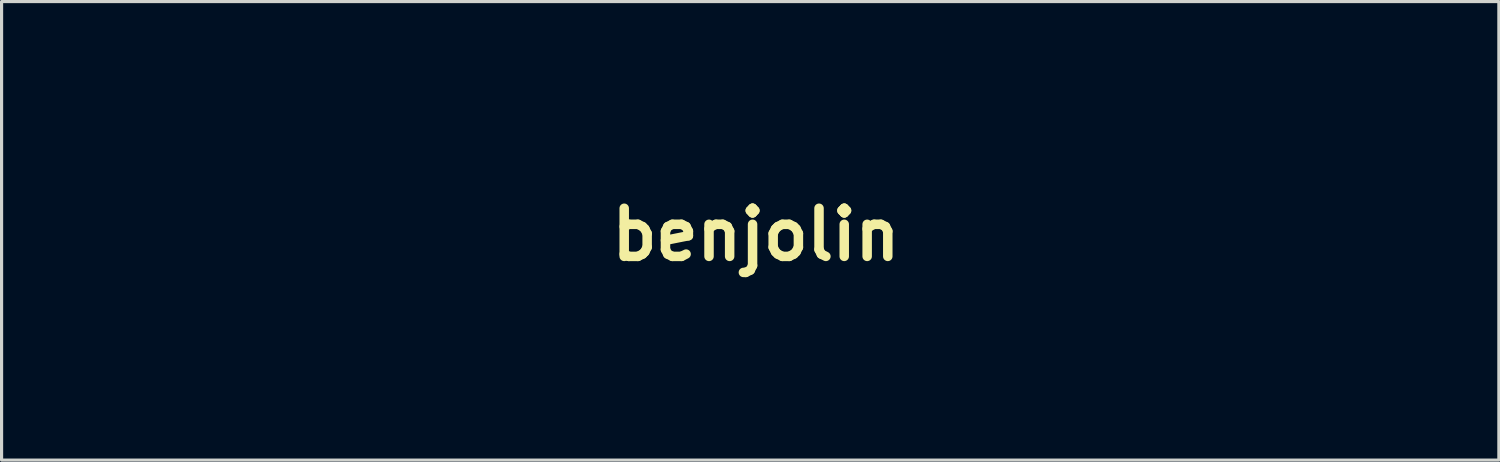
<source format=kicad_pcb>
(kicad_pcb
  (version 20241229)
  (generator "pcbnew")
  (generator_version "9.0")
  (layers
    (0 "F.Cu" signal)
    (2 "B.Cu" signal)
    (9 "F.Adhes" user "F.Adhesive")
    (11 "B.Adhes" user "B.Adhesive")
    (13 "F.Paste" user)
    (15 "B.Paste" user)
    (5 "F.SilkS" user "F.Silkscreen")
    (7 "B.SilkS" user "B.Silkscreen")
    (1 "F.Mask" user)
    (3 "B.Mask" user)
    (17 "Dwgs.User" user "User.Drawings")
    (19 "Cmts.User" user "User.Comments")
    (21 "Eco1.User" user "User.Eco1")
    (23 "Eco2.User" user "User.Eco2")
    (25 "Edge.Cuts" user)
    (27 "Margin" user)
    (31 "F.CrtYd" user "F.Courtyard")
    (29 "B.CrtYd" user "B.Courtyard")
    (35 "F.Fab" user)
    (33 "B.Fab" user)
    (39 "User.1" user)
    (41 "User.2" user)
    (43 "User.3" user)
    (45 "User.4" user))
  (footprint "benjolin"
    (layer "F.Cu")
    (at 20.889 4.379)
    (property "Reference" "benjolin" (at 0 0 0) (layer "F.SilkS") (effects (font (size 1.524 1.524) (thickness 0.3))))
    (attr through_hole)
    (fp_poly (pts (xy -5.423 2.001) (xy -5.421 2.023) (xy -5.424 2.028) (xy -5.431 2.024) (xy -5.432 2.01) (xy -5.428 1.995) (xy -5.423 2.001)) (stroke (width 0.01) (type solid)) (fill yes) (layer "F.Mask"))
    (fp_poly (pts (xy 19.584 1.464) (xy 19.68 1.471) (xy 19.761 1.485) (xy 19.833 1.506) (xy 19.904 1.536) (xy 19.942 1.555) (xy 20.059 1.633) (xy 20.168 1.737) (xy 20.267 1.865) (xy 20.354 2.015) (xy 20.42 2.164) (xy 20.477 2.34) (xy 20.509 2.514) (xy 20.517 2.683) (xy 20.501 2.844) (xy 20.459 2.994) (xy 20.454 3.01) (xy 20.402 3.112) (xy 20.329 3.216) (xy 20.238 3.316) (xy 20.137 3.407) (xy 20.028 3.484) (xy 20.02 3.489) (xy 19.87 3.564) (xy 19.707 3.619) (xy 19.538 3.655) (xy 19.37 3.668) (xy 19.212 3.659) (xy 19.07 3.625) (xy 18.93 3.567) (xy 18.798 3.485) (xy 18.675 3.384) (xy 18.567 3.265) (xy 18.475 3.132) (xy 18.42 3.025) (xy 18.365 2.869) (xy 18.329 2.704) (xy 18.314 2.534) (xy 18.321 2.368) (xy 18.343 2.24) (xy 18.394 2.081) (xy 18.468 1.938) (xy 18.565 1.813) (xy 18.683 1.704) (xy 18.823 1.614) (xy 18.985 1.541) (xy 19.114 1.5) (xy 19.175 1.485) (xy 19.228 1.474) (xy 19.282 1.467) (xy 19.344 1.464) (xy 19.422 1.462) (xy 19.466 1.462) (xy 19.584 1.464)) (stroke (width 0.01) (type solid)) (fill yes) (layer "F.Mask"))
    (fp_poly (pts (xy 20.173 -3.783) (xy 20.244 -3.78) (xy 20.312 -3.775) (xy 20.37 -3.77) (xy 20.414 -3.763) (xy 20.436 -3.757) (xy 20.438 -3.755) (xy 20.439 -3.738) (xy 20.438 -3.7) (xy 20.434 -3.646) (xy 20.431 -3.605) (xy 20.428 -3.554) (xy 20.422 -3.479) (xy 20.415 -3.387) (xy 20.408 -3.283) (xy 20.4 -3.171) (xy 20.392 -3.057) (xy 20.391 -3.048) (xy 20.372 -2.78) (xy 20.351 -2.497) (xy 20.328 -2.196) (xy 20.303 -1.877) (xy 20.276 -1.535) (xy 20.246 -1.168) (xy 20.235 -1.037) (xy 20.212 -0.75) (xy 20.191 -0.49) (xy 20.173 -0.256) (xy 20.157 -0.048) (xy 20.144 0.136) (xy 20.132 0.296) (xy 20.123 0.433) (xy 20.116 0.548) (xy 20.112 0.642) (xy 20.109 0.716) (xy 20.108 0.764) (xy 20.108 0.818) (xy 19.731 0.816) (xy 19.626 0.815) (xy 19.527 0.814) (xy 19.439 0.813) (xy 19.365 0.811) (xy 19.311 0.81) (xy 19.283 0.808) (xy 19.247 0.805) (xy 19.188 0.799) (xy 19.113 0.79) (xy 19.028 0.78) (xy 18.937 0.769) (xy 18.931 0.769) (xy 18.842 0.758) (xy 18.758 0.748) (xy 18.686 0.741) (xy 18.631 0.736) (xy 18.598 0.734) (xy 18.596 0.734) (xy 18.561 0.732) (xy 18.546 0.722) (xy 18.542 0.698) (xy 18.542 0.694) (xy 18.543 0.671) (xy 18.546 0.623) (xy 18.552 0.555) (xy 18.558 0.468) (xy 18.566 0.368) (xy 18.575 0.257) (xy 18.584 0.154) (xy 18.61 -0.166) (xy 18.636 -0.481) (xy 18.661 -0.791) (xy 18.685 -1.093) (xy 18.708 -1.384) (xy 18.729 -1.664) (xy 18.75 -1.93) (xy 18.768 -2.179) (xy 18.785 -2.411) (xy 18.799 -2.622) (xy 18.812 -2.812) (xy 18.823 -2.977) (xy 18.831 -3.117) (xy 18.831 -3.126) (xy 18.837 -3.235) (xy 18.843 -3.34) (xy 18.849 -3.435) (xy 18.854 -3.516) (xy 18.858 -3.579) (xy 18.861 -3.618) (xy 18.861 -3.621) (xy 18.868 -3.708) (xy 19.245 -3.715) (xy 19.382 -3.719) (xy 19.496 -3.723) (xy 19.593 -3.729) (xy 19.676 -3.736) (xy 19.752 -3.745) (xy 19.805 -3.753) (xy 19.887 -3.765) (xy 19.972 -3.775) (xy 20.049 -3.781) (xy 20.105 -3.784) (xy 20.173 -3.783)) (stroke (width 0.01) (type solid)) (fill yes) (layer "F.Mask"))
    (fp_poly (pts (xy 7.486 -3.662) (xy 7.479 -2.66) (xy 7.477 -2.238) (xy 7.475 -1.843) (xy 7.474 -1.474) (xy 7.473 -1.129) (xy 7.473 -0.808) (xy 7.473 -0.508) (xy 7.474 -0.23) (xy 7.476 0.029) (xy 7.478 0.27) (xy 7.481 0.494) (xy 7.485 0.688) (xy 7.497 1.369) (xy 7.671 1.369) (xy 7.754 1.367) (xy 7.858 1.362) (xy 7.979 1.355) (xy 8.111 1.345) (xy 8.249 1.334) (xy 8.389 1.322) (xy 8.526 1.308) (xy 8.655 1.294) (xy 8.77 1.28) (xy 8.867 1.267) (xy 8.941 1.255) (xy 8.944 1.254) (xy 8.987 1.247) (xy 9.018 1.245) (xy 9.027 1.247) (xy 9.034 1.264) (xy 9.043 1.3) (xy 9.047 1.321) (xy 9.061 1.366) (xy 9.085 1.422) (xy 9.116 1.48) (xy 9.121 1.488) (xy 9.174 1.576) (xy 9.217 1.658) (xy 9.255 1.742) (xy 9.29 1.833) (xy 9.324 1.939) (xy 9.36 2.065) (xy 9.362 2.072) (xy 9.394 2.19) (xy 9.42 2.293) (xy 9.439 2.379) (xy 9.451 2.444) (xy 9.456 2.487) (xy 9.453 2.505) (xy 9.453 2.506) (xy 9.434 2.512) (xy 9.391 2.522) (xy 9.329 2.535) (xy 9.252 2.551) (xy 9.164 2.568) (xy 9.071 2.585) (xy 8.976 2.603) (xy 8.883 2.62) (xy 8.797 2.634) (xy 8.722 2.646) (xy 8.685 2.652) (xy 8.578 2.666) (xy 8.446 2.682) (xy 8.294 2.699) (xy 8.126 2.716) (xy 7.946 2.734) (xy 7.758 2.751) (xy 7.566 2.768) (xy 7.375 2.783) (xy 7.187 2.798) (xy 7.008 2.811) (xy 6.936 2.815) (xy 6.821 2.823) (xy 6.697 2.833) (xy 6.573 2.843) (xy 6.458 2.853) (xy 6.361 2.863) (xy 6.344 2.865) (xy 6.263 2.874) (xy 6.193 2.882) (xy 6.137 2.888) (xy 6.101 2.892) (xy 6.089 2.893) (xy 6.086 2.88) (xy 6.08 2.844) (xy 6.072 2.791) (xy 6.063 2.726) (xy 6.063 2.72) (xy 6.036 2.512) (xy 6.011 2.313) (xy 5.988 2.121) (xy 5.967 1.933) (xy 5.948 1.748) (xy 5.931 1.564) (xy 5.916 1.379) (xy 5.903 1.192) (xy 5.892 1) (xy 5.882 0.803) (xy 5.874 0.597) (xy 5.867 0.382) (xy 5.862 0.155) (xy 5.857 -0.085) (xy 5.855 -0.341) (xy 5.853 -0.614) (xy 5.853 -0.905) (xy 5.853 -1.217) (xy 5.855 -1.551) (xy 5.858 -1.91) (xy 5.861 -2.295) (xy 5.862 -2.367) (xy 5.875 -3.669) (xy 7.486 -3.662)) (stroke (width 0.01) (type solid)) (fill yes) (layer "F.Mask"))
    (fp_poly (pts (xy 10.797 -3.848) (xy 10.801 -3.834) (xy 10.805 -3.814) (xy 10.809 -3.781) (xy 10.814 -3.735) (xy 10.821 -3.673) (xy 10.828 -3.596) (xy 10.837 -3.503) (xy 10.848 -3.393) (xy 10.859 -3.264) (xy 10.872 -3.118) (xy 10.887 -2.951) (xy 10.903 -2.765) (xy 10.921 -2.557) (xy 10.941 -2.328) (xy 10.962 -2.076) (xy 10.985 -1.801) (xy 11.011 -1.502) (xy 11.038 -1.177) (xy 11.067 -0.827) (xy 11.099 -0.45) (xy 11.133 -0.047) (xy 11.134 -0.028) (xy 11.159 0.266) (xy 11.181 0.534) (xy 11.202 0.778) (xy 11.221 0.999) (xy 11.238 1.202) (xy 11.254 1.386) (xy 11.269 1.554) (xy 11.283 1.709) (xy 11.297 1.853) (xy 11.309 1.986) (xy 11.321 2.112) (xy 11.333 2.233) (xy 11.345 2.351) (xy 11.357 2.467) (xy 11.36 2.49) (xy 11.368 2.572) (xy 11.374 2.644) (xy 11.377 2.701) (xy 11.378 2.739) (xy 11.377 2.753) (xy 11.359 2.757) (xy 11.32 2.764) (xy 11.265 2.771) (xy 11.211 2.778) (xy 11.14 2.786) (xy 11.05 2.798) (xy 10.953 2.811) (xy 10.858 2.826) (xy 10.83 2.83) (xy 10.668 2.855) (xy 10.529 2.877) (xy 10.41 2.894) (xy 10.306 2.908) (xy 10.214 2.919) (xy 10.13 2.928) (xy 10.054 2.934) (xy 9.981 2.941) (xy 9.914 2.947) (xy 9.86 2.952) (xy 9.827 2.955) (xy 9.825 2.955) (xy 9.792 2.957) (xy 9.774 2.952) (xy 9.774 2.952) (xy 9.771 2.939) (xy 9.767 2.905) (xy 9.761 2.851) (xy 9.753 2.775) (xy 9.744 2.678) (xy 9.733 2.558) (xy 9.72 2.415) (xy 9.706 2.249) (xy 9.689 2.059) (xy 9.671 1.845) (xy 9.65 1.606) (xy 9.628 1.342) (xy 9.603 1.052) (xy 9.577 0.736) (xy 9.548 0.393) (xy 9.517 0.023) (xy 9.484 -0.374) (xy 9.482 -0.395) (xy 9.463 -0.631) (xy 9.442 -0.871) (xy 9.422 -1.113) (xy 9.401 -1.353) (xy 9.381 -1.59) (xy 9.36 -1.82) (xy 9.341 -2.039) (xy 9.323 -2.246) (xy 9.306 -2.436) (xy 9.29 -2.608) (xy 9.276 -2.757) (xy 9.265 -2.882) (xy 9.264 -2.892) (xy 9.25 -3.039) (xy 9.237 -3.178) (xy 9.225 -3.305) (xy 9.215 -3.419) (xy 9.207 -3.517) (xy 9.201 -3.596) (xy 9.198 -3.655) (xy 9.196 -3.689) (xy 9.197 -3.698) (xy 9.213 -3.701) (xy 9.254 -3.706) (xy 9.318 -3.714) (xy 9.402 -3.723) (xy 9.504 -3.734) (xy 9.62 -3.746) (xy 9.75 -3.759) (xy 9.888 -3.773) (xy 9.955 -3.78) (xy 10.099 -3.794) (xy 10.236 -3.807) (xy 10.362 -3.82) (xy 10.475 -3.831) (xy 10.573 -3.841) (xy 10.652 -3.848) (xy 10.709 -3.854) (xy 10.743 -3.858) (xy 10.749 -3.859) (xy 10.782 -3.86) (xy 10.797 -3.848)) (stroke (width 0.01) (type solid)) (fill yes) (layer "F.Mask"))
    (fp_poly (pts (xy -1.983 -3.726) (xy -1.975 -3.686) (xy -1.964 -3.623) (xy -1.95 -3.541) (xy -1.933 -3.443) (xy -1.915 -3.331) (xy -1.895 -3.209) (xy -1.875 -3.08) (xy -1.854 -2.946) (xy -1.832 -2.81) (xy -1.812 -2.675) (xy -1.792 -2.544) (xy -1.773 -2.421) (xy -1.756 -2.307) (xy -1.742 -2.206) (xy -1.737 -2.173) (xy -1.679 -1.722) (xy -1.634 -1.294) (xy -1.6 -0.886) (xy -1.579 -0.496) (xy -1.57 -0.121) (xy -1.572 0.242) (xy -1.587 0.595) (xy -1.613 0.94) (xy -1.624 1.044) (xy -1.65 1.252) (xy -1.682 1.436) (xy -1.722 1.601) (xy -1.772 1.751) (xy -1.832 1.89) (xy -1.904 2.023) (xy -1.961 2.113) (xy -2.105 2.304) (xy -2.268 2.477) (xy -2.447 2.629) (xy -2.639 2.761) (xy -2.844 2.871) (xy -3.058 2.957) (xy -3.28 3.02) (xy -3.506 3.057) (xy -3.735 3.068) (xy -3.864 3.062) (xy -4.093 3.03) (xy -4.311 2.972) (xy -4.518 2.888) (xy -4.712 2.779) (xy -4.894 2.645) (xy -5.064 2.486) (xy -5.12 2.424) (xy -5.158 2.378) (xy -5.201 2.322) (xy -5.247 2.261) (xy -5.291 2.198) (xy -5.332 2.138) (xy -5.366 2.086) (xy -5.39 2.046) (xy -5.401 2.022) (xy -5.402 2.018) (xy -5.391 2.006) (xy -5.36 1.978) (xy -5.313 1.936) (xy -5.252 1.881) (xy -5.178 1.815) (xy -5.094 1.74) (xy -5.003 1.659) (xy -4.953 1.615) (xy -4.853 1.527) (xy -4.755 1.44) (xy -4.663 1.359) (xy -4.58 1.285) (xy -4.507 1.22) (xy -4.449 1.169) (xy -4.408 1.132) (xy -4.399 1.124) (xy -4.353 1.084) (xy -4.315 1.054) (xy -4.289 1.037) (xy -4.281 1.034) (xy -4.275 1.051) (xy -4.265 1.089) (xy -4.255 1.139) (xy -4.252 1.153) (xy -4.226 1.253) (xy -4.188 1.35) (xy -4.142 1.438) (xy -4.091 1.507) (xy -4.083 1.515) (xy -4.001 1.58) (xy -3.908 1.622) (xy -3.81 1.64) (xy -3.711 1.635) (xy -3.615 1.607) (xy -3.528 1.555) (xy -3.484 1.515) (xy -3.425 1.443) (xy -3.373 1.359) (xy -3.328 1.26) (xy -3.29 1.145) (xy -3.257 1.011) (xy -3.229 0.857) (xy -3.206 0.68) (xy -3.188 0.479) (xy -3.176 0.303) (xy -3.171 0.161) (xy -3.171 -0.006) (xy -3.176 -0.194) (xy -3.185 -0.4) (xy -3.199 -0.621) (xy -3.216 -0.854) (xy -3.238 -1.095) (xy -3.263 -1.342) (xy -3.292 -1.59) (xy -3.323 -1.838) (xy -3.358 -2.081) (xy -3.359 -2.088) (xy -3.371 -2.168) (xy -3.386 -2.271) (xy -3.405 -2.39) (xy -3.425 -2.521) (xy -3.447 -2.657) (xy -3.468 -2.795) (xy -3.485 -2.902) (xy -3.508 -3.05) (xy -3.527 -3.172) (xy -3.542 -3.272) (xy -3.554 -3.349) (xy -3.562 -3.409) (xy -3.567 -3.451) (xy -3.569 -3.479) (xy -3.569 -3.494) (xy -3.567 -3.5) (xy -3.567 -3.5) (xy -3.532 -3.507) (xy -3.474 -3.517) (xy -3.397 -3.529) (xy -3.304 -3.544) (xy -3.198 -3.561) (xy -3.081 -3.579) (xy -2.958 -3.599) (xy -2.83 -3.618) (xy -2.701 -3.638) (xy -2.574 -3.658) (xy -2.451 -3.676) (xy -2.337 -3.693) (xy -2.234 -3.708) (xy -2.145 -3.721) (xy -2.073 -3.731) (xy -2.021 -3.738) (xy -1.992 -3.742) (xy -1.987 -3.742) (xy -1.983 -3.726)) (stroke (width 0.01) (type solid)) (fill yes) (layer "F.Mask"))
    (fp_poly (pts (xy 2.347 -3.392) (xy 2.489 -3.385) (xy 2.614 -3.375) (xy 2.665 -3.368) (xy 2.934 -3.317) (xy 3.191 -3.245) (xy 3.443 -3.151) (xy 3.605 -3.077) (xy 3.856 -2.942) (xy 4.089 -2.785) (xy 4.304 -2.608) (xy 4.499 -2.412) (xy 4.673 -2.198) (xy 4.825 -1.968) (xy 4.931 -1.771) (xy 5.026 -1.557) (xy 5.1 -1.348) (xy 5.153 -1.137) (xy 5.189 -0.919) (xy 5.207 -0.688) (xy 5.21 -0.522) (xy 5.209 -0.394) (xy 5.203 -0.275) (xy 5.194 -0.159) (xy 5.179 -0.037) (xy 5.158 0.098) (xy 5.131 0.252) (xy 5.13 0.261) (xy 5.12 0.313) (xy 5.108 0.385) (xy 5.093 0.471) (xy 5.077 0.563) (xy 5.066 0.632) (xy 5.01 0.912) (xy 4.939 1.17) (xy 4.852 1.409) (xy 4.747 1.631) (xy 4.623 1.839) (xy 4.48 2.035) (xy 4.315 2.223) (xy 4.307 2.231) (xy 4.105 2.423) (xy 3.89 2.591) (xy 3.66 2.737) (xy 3.416 2.86) (xy 3.154 2.963) (xy 2.875 3.045) (xy 2.576 3.106) (xy 2.54 3.112) (xy 2.461 3.122) (xy 2.361 3.129) (xy 2.244 3.135) (xy 2.117 3.14) (xy 1.985 3.142) (xy 1.856 3.142) (xy 1.735 3.139) (xy 1.627 3.135) (xy 1.539 3.128) (xy 1.519 3.126) (xy 1.255 3.082) (xy 1.006 3.019) (xy 0.765 2.933) (xy 0.536 2.829) (xy 0.286 2.689) (xy 0.057 2.53) (xy -0.151 2.353) (xy -0.337 2.156) (xy -0.503 1.941) (xy -0.648 1.708) (xy -0.699 1.61) (xy -0.797 1.394) (xy -0.875 1.177) (xy -0.933 0.955) (xy -0.972 0.726) (xy -0.991 0.487) (xy -0.991 0.271) (xy 0.631 0.271) (xy 0.637 0.392) (xy 0.65 0.501) (xy 0.662 0.557) (xy 0.722 0.742) (xy 0.806 0.912) (xy 0.911 1.067) (xy 1.036 1.205) (xy 1.178 1.324) (xy 1.337 1.422) (xy 1.509 1.499) (xy 1.693 1.552) (xy 1.883 1.579) (xy 1.944 1.584) (xy 1.999 1.586) (xy 2.037 1.586) (xy 2.046 1.586) (xy 2.077 1.583) (xy 2.127 1.579) (xy 2.184 1.575) (xy 2.187 1.575) (xy 2.342 1.553) (xy 2.503 1.51) (xy 2.662 1.45) (xy 2.811 1.375) (xy 2.884 1.329) (xy 3.047 1.202) (xy 3.188 1.056) (xy 3.309 0.891) (xy 3.408 0.709) (xy 3.485 0.509) (xy 3.519 0.388) (xy 3.547 0.274) (xy 3.567 0.18) (xy 3.582 0.097) (xy 3.593 0.019) (xy 3.599 -0.063) (xy 3.602 -0.154) (xy 3.604 -0.263) (xy 3.604 -0.318) (xy 3.604 -0.423) (xy 3.603 -0.505) (xy 3.6 -0.569) (xy 3.597 -0.619) (xy 3.591 -0.661) (xy 3.583 -0.699) (xy 3.574 -0.736) (xy 3.506 -0.933) (xy 3.416 -1.112) (xy 3.305 -1.274) (xy 3.173 -1.419) (xy 3.017 -1.551) (xy 2.853 -1.656) (xy 2.678 -1.736) (xy 2.49 -1.792) (xy 2.3 -1.822) (xy 2.104 -1.829) (xy 1.914 -1.81) (xy 1.726 -1.763) (xy 1.538 -1.689) (xy 1.503 -1.672) (xy 1.337 -1.576) (xy 1.194 -1.463) (xy 1.073 -1.333) (xy 1.062 -1.319) (xy 1.009 -1.242) (xy 0.953 -1.146) (xy 0.9 -1.042) (xy 0.853 -0.939) (xy 0.819 -0.847) (xy 0.799 -0.776) (xy 0.776 -0.688) (xy 0.752 -0.589) (xy 0.73 -0.488) (xy 0.711 -0.393) (xy 0.697 -0.313) (xy 0.692 -0.279) (xy 0.681 -0.209) (xy 0.668 -0.131) (xy 0.656 -0.071) (xy 0.64 0.031) (xy 0.632 0.148) (xy 0.631 0.271) (xy -0.991 0.271) (xy -0.991 0.235) (xy -0.973 -0.032) (xy -0.937 -0.319) (xy -0.93 -0.367) (xy -0.872 -0.693) (xy -0.806 -0.993) (xy -0.732 -1.269) (xy -0.649 -1.522) (xy -0.556 -1.754) (xy -0.452 -1.966) (xy -0.337 -2.16) (xy -0.21 -2.338) (xy -0.07 -2.5) (xy 0.083 -2.649) (xy 0.16 -2.715) (xy 0.378 -2.878) (xy 0.606 -3.018) (xy 0.845 -3.136) (xy 1.1 -3.232) (xy 1.371 -3.308) (xy 1.644 -3.362) (xy 1.759 -3.376) (xy 1.894 -3.386) (xy 2.042 -3.392) (xy 2.196 -3.394) (xy 2.347 -3.392)) (stroke (width 0.01) (type solid)) (fill yes) (layer "F.Mask"))
    (fp_poly (pts (xy -10.003 -3.047) (xy -9.96 -2.994) (xy -9.904 -2.923) (xy -9.838 -2.836) (xy -9.764 -2.738) (xy -9.686 -2.633) (xy -9.607 -2.525) (xy -9.529 -2.418) (xy -9.456 -2.316) (xy -9.42 -2.265) (xy -9.334 -2.143) (xy -9.234 -2.005) (xy -9.123 -1.854) (xy -9.007 -1.696) (xy -8.887 -1.536) (xy -8.768 -1.379) (xy -8.654 -1.229) (xy -8.549 -1.093) (xy -8.515 -1.05) (xy -8.457 -0.976) (xy -8.387 -0.888) (xy -8.309 -0.788) (xy -8.223 -0.679) (xy -8.131 -0.563) (xy -8.034 -0.44) (xy -7.934 -0.315) (xy -7.834 -0.188) (xy -7.733 -0.061) (xy -7.634 0.063) (xy -7.539 0.183) (xy -7.449 0.297) (xy -7.365 0.402) (xy -7.289 0.497) (xy -7.224 0.58) (xy -7.169 0.648) (xy -7.127 0.7) (xy -7.1 0.734) (xy -7.088 0.748) (xy -7.086 0.748) (xy -7.083 0.742) (xy -7.081 0.727) (xy -7.079 0.703) (xy -7.077 0.668) (xy -7.076 0.621) (xy -7.075 0.561) (xy -7.074 0.485) (xy -7.073 0.394) (xy -7.073 0.286) (xy -7.073 0.158) (xy -7.073 0.011) (xy -7.074 -0.158) (xy -7.075 -0.35) (xy -7.076 -0.565) (xy -7.077 -0.806) (xy -7.078 -1.074) (xy -7.078 -1.116) (xy -7.088 -3.001) (xy -7.033 -3.01) (xy -7.009 -3.012) (xy -6.959 -3.014) (xy -6.886 -3.015) (xy -6.794 -3.017) (xy -6.686 -3.018) (xy -6.563 -3.019) (xy -6.429 -3.019) (xy -6.287 -3.02) (xy -6.229 -3.02) (xy -5.48 -3.02) (xy -5.47 -1.769) (xy -5.469 -1.544) (xy -5.467 -1.299) (xy -5.466 -1.038) (xy -5.464 -0.768) (xy -5.463 -0.495) (xy -5.462 -0.223) (xy -5.461 0.041) (xy -5.46 0.292) (xy -5.46 0.525) (xy -5.459 0.676) (xy -5.459 0.866) (xy -5.459 1.053) (xy -5.458 1.236) (xy -5.457 1.411) (xy -5.456 1.576) (xy -5.455 1.727) (xy -5.453 1.863) (xy -5.452 1.98) (xy -5.451 2.075) (xy -5.449 2.146) (xy -5.449 2.166) (xy -5.446 2.271) (xy -5.444 2.394) (xy -5.443 2.528) (xy -5.443 2.662) (xy -5.443 2.787) (xy -5.444 2.824) (xy -5.447 3.185) (xy -6.248 3.193) (xy -7.048 3.202) (xy -7.088 3.157) (xy -7.103 3.139) (xy -7.133 3.101) (xy -7.179 3.044) (xy -7.238 2.97) (xy -7.309 2.881) (xy -7.391 2.778) (xy -7.482 2.663) (xy -7.581 2.537) (xy -7.687 2.403) (xy -7.799 2.263) (xy -7.885 2.154) (xy -8.094 1.89) (xy -8.286 1.647) (xy -8.462 1.424) (xy -8.624 1.221) (xy -8.771 1.035) (xy -8.904 0.867) (xy -9.025 0.715) (xy -9.134 0.578) (xy -9.232 0.456) (xy -9.319 0.346) (xy -9.398 0.249) (xy -9.467 0.163) (xy -9.529 0.087) (xy -9.584 0.02) (xy -9.632 -0.038) (xy -9.675 -0.089) (xy -9.714 -0.134) (xy -9.748 -0.174) (xy -9.78 -0.21) (xy -9.809 -0.242) (xy -9.838 -0.272) (xy -9.865 -0.301) (xy -9.893 -0.329) (xy -9.9 -0.336) (xy -10.042 -0.482) (xy -10.041 0.327) (xy -10.041 0.459) (xy -10.041 0.616) (xy -10.041 0.795) (xy -10.041 0.991) (xy -10.042 1.203) (xy -10.042 1.425) (xy -10.042 1.655) (xy -10.043 1.889) (xy -10.043 2.124) (xy -10.044 2.357) (xy -10.045 2.583) (xy -10.045 2.635) (xy -10.05 4.135) (xy -10.489 4.132) (xy -10.623 4.131) (xy -10.77 4.128) (xy -10.922 4.125) (xy -11.07 4.12) (xy -11.205 4.115) (xy -11.303 4.11) (xy -11.403 4.104) (xy -11.492 4.099) (xy -11.569 4.094) (xy -11.628 4.09) (xy -11.667 4.087) (xy -11.681 4.086) (xy -11.681 4.072) (xy -11.681 4.032) (xy -11.68 3.968) (xy -11.679 3.885) (xy -11.678 3.783) (xy -11.676 3.665) (xy -11.673 3.535) (xy -11.671 3.394) (xy -11.669 3.287) (xy -11.667 3.179) (xy -11.665 3.044) (xy -11.664 2.886) (xy -11.663 2.706) (xy -11.662 2.506) (xy -11.661 2.288) (xy -11.66 2.054) (xy -11.66 1.806) (xy -11.66 1.546) (xy -11.66 1.277) (xy -11.66 1.001) (xy -11.66 0.718) (xy -11.661 0.433) (xy -11.661 0.145) (xy -11.662 -0.141) (xy -11.663 -0.425) (xy -11.664 -0.704) (xy -11.666 -0.976) (xy -11.667 -1.239) (xy -11.669 -1.492) (xy -11.67 -1.731) (xy -11.672 -1.955) (xy -11.674 -2.162) (xy -11.676 -2.35) (xy -11.678 -2.506) (xy -11.687 -3.086) (xy -11.548 -3.095) (xy -11.505 -3.097) (xy -11.438 -3.1) (xy -11.349 -3.102) (xy -11.243 -3.105) (xy -11.122 -3.107) (xy -10.992 -3.11) (xy -10.854 -3.112) (xy -10.738 -3.114) (xy -10.067 -3.123) (xy -10.003 -3.047)) (stroke (width 0.01) (type solid)) (fill yes) (layer "F.Mask"))
    (fp_poly (pts (xy -12.238 -3.338) (xy -12.233 -3.328) (xy -12.226 -3.303) (xy -12.219 -3.263) (xy -12.209 -3.204) (xy -12.198 -3.125) (xy -12.183 -3.023) (xy -12.166 -2.895) (xy -12.164 -2.879) (xy -12.148 -2.764) (xy -12.13 -2.638) (xy -12.11 -2.51) (xy -12.09 -2.391) (xy -12.073 -2.289) (xy -12.071 -2.283) (xy -12.057 -2.199) (xy -12.044 -2.126) (xy -12.035 -2.066) (xy -12.029 -2.025) (xy -12.029 -2.008) (xy -12.029 -2.007) (xy -12.044 -2.002) (xy -12.084 -1.994) (xy -12.144 -1.981) (xy -12.221 -1.966) (xy -12.31 -1.949) (xy -12.409 -1.931) (xy -12.513 -1.911) (xy -12.618 -1.892) (xy -12.722 -1.874) (xy -12.819 -1.856) (xy -12.907 -1.841) (xy -12.982 -1.829) (xy -13.035 -1.821) (xy -13.1 -1.812) (xy -13.17 -1.803) (xy -13.247 -1.794) (xy -13.336 -1.785) (xy -13.441 -1.774) (xy -13.563 -1.763) (xy -13.708 -1.75) (xy -13.811 -1.741) (xy -13.898 -1.734) (xy -13.906 -1.668) (xy -13.933 -1.476) (xy -13.963 -1.298) (xy -13.996 -1.138) (xy -14.032 -0.999) (xy -14.07 -0.885) (xy -14.077 -0.865) (xy -14.095 -0.819) (xy -14.105 -0.784) (xy -14.107 -0.767) (xy -14.107 -0.767) (xy -14.09 -0.766) (xy -14.053 -0.769) (xy -14.003 -0.776) (xy -13.989 -0.778) (xy -13.925 -0.785) (xy -13.839 -0.79) (xy -13.738 -0.794) (xy -13.627 -0.795) (xy -13.514 -0.794) (xy -13.404 -0.792) (xy -13.304 -0.787) (xy -13.22 -0.78) (xy -13.201 -0.778) (xy -13.118 -0.768) (xy -13.025 -0.756) (xy -12.927 -0.743) (xy -12.827 -0.73) (xy -12.732 -0.717) (xy -12.645 -0.706) (xy -12.571 -0.696) (xy -12.515 -0.688) (xy -12.481 -0.683) (xy -12.478 -0.682) (xy -12.465 -0.681) (xy -12.455 -0.681) (xy -12.447 -0.678) (xy -12.442 -0.671) (xy -12.44 -0.657) (xy -12.44 -0.634) (xy -12.444 -0.598) (xy -12.451 -0.547) (xy -12.462 -0.478) (xy -12.476 -0.39) (xy -12.495 -0.279) (xy -12.517 -0.143) (xy -12.518 -0.141) (xy -12.536 -0.025) (xy -12.555 0.092) (xy -12.573 0.205) (xy -12.588 0.307) (xy -12.601 0.393) (xy -12.61 0.457) (xy -12.61 0.459) (xy -12.62 0.528) (xy -12.629 0.587) (xy -12.638 0.631) (xy -12.644 0.653) (xy -12.645 0.654) (xy -12.661 0.656) (xy -12.701 0.653) (xy -12.762 0.646) (xy -12.837 0.636) (xy -12.925 0.623) (xy -12.97 0.616) (xy -13.073 0.6) (xy -13.177 0.585) (xy -13.276 0.571) (xy -13.363 0.56) (xy -13.43 0.552) (xy -13.441 0.551) (xy -13.498 0.547) (xy -13.571 0.543) (xy -13.654 0.54) (xy -13.743 0.537) (xy -13.835 0.536) (xy -13.923 0.535) (xy -14.004 0.534) (xy -14.073 0.535) (xy -14.125 0.537) (xy -14.156 0.539) (xy -14.163 0.541) (xy -14.163 0.558) (xy -14.153 0.592) (xy -14.141 0.624) (xy -14.129 0.657) (xy -14.112 0.713) (xy -14.091 0.788) (xy -14.067 0.878) (xy -14.041 0.978) (xy -14.014 1.084) (xy -14.01 1.103) (xy -13.984 1.205) (xy -13.961 1.3) (xy -13.94 1.381) (xy -13.922 1.447) (xy -13.909 1.494) (xy -13.902 1.518) (xy -13.901 1.52) (xy -13.885 1.522) (xy -13.843 1.52) (xy -13.779 1.514) (xy -13.695 1.504) (xy -13.593 1.49) (xy -13.575 1.488) (xy -13.422 1.466) (xy -13.265 1.444) (xy -13.106 1.423) (xy -12.949 1.402) (xy -12.794 1.383) (xy -12.646 1.364) (xy -12.506 1.347) (xy -12.376 1.332) (xy -12.261 1.319) (xy -12.16 1.308) (xy -12.079 1.3) (xy -12.018 1.295) (xy -11.98 1.293) (xy -11.968 1.295) (xy -11.964 1.312) (xy -11.957 1.354) (xy -11.948 1.417) (xy -11.937 1.497) (xy -11.924 1.592) (xy -11.91 1.698) (xy -11.895 1.811) (xy -11.88 1.929) (xy -11.865 2.048) (xy -11.851 2.164) (xy -11.838 2.275) (xy -11.826 2.376) (xy -11.815 2.465) (xy -11.807 2.539) (xy -11.802 2.593) (xy -11.8 2.625) (xy -11.8 2.633) (xy -11.816 2.636) (xy -11.856 2.643) (xy -11.918 2.652) (xy -11.999 2.664) (xy -12.096 2.677) (xy -12.205 2.691) (xy -12.324 2.707) (xy -12.35 2.71) (xy -12.626 2.746) (xy -12.877 2.779) (xy -13.105 2.81) (xy -13.312 2.839) (xy -13.5 2.867) (xy -13.671 2.894) (xy -13.83 2.92) (xy -13.921 2.935) (xy -13.997 2.948) (xy -14.089 2.964) (xy -14.195 2.981) (xy -14.31 2.999) (xy -14.431 3.018) (xy -14.555 3.037) (xy -14.678 3.055) (xy -14.797 3.073) (xy -14.908 3.09) (xy -15.008 3.104) (xy -15.093 3.116) (xy -15.161 3.125) (xy -15.207 3.131) (xy -15.228 3.133) (xy -15.25 3.127) (xy -15.254 3.119) (xy -15.257 3.093) (xy -15.265 3.043) (xy -15.277 2.973) (xy -15.292 2.886) (xy -15.311 2.786) (xy -15.332 2.677) (xy -15.354 2.562) (xy -15.377 2.446) (xy -15.401 2.331) (xy -15.409 2.293) (xy -15.461 2.038) (xy -15.507 1.808) (xy -15.547 1.598) (xy -15.582 1.407) (xy -15.611 1.232) (xy -15.635 1.068) (xy -15.655 0.914) (xy -15.67 0.767) (xy -15.683 0.622) (xy -15.692 0.478) (xy -15.698 0.331) (xy -15.701 0.247) (xy -15.703 -0.007) (xy -15.695 -0.256) (xy -15.677 -0.504) (xy -15.648 -0.757) (xy -15.607 -1.02) (xy -15.554 -1.298) (xy -15.5 -1.545) (xy -15.472 -1.679) (xy -15.45 -1.797) (xy -15.436 -1.906) (xy -15.428 -2.014) (xy -15.426 -2.127) (xy -15.429 -2.253) (xy -15.438 -2.396) (xy -15.442 -2.448) (xy -15.45 -2.551) (xy -15.458 -2.659) (xy -15.465 -2.764) (xy -15.47 -2.857) (xy -15.473 -2.917) (xy -15.482 -3.104) (xy -15.019 -3.105) (xy -14.747 -3.106) (xy -14.499 -3.109) (xy -14.272 -3.114) (xy -14.061 -3.121) (xy -13.862 -3.131) (xy -13.672 -3.144) (xy -13.487 -3.16) (xy -13.302 -3.18) (xy -13.115 -3.204) (xy -12.92 -3.232) (xy -12.714 -3.265) (xy -12.532 -3.296) (xy -12.446 -3.31) (xy -12.369 -3.322) (xy -12.306 -3.332) (xy -12.262 -3.337) (xy -12.239 -3.339) (xy -12.238 -3.338)) (stroke (width 0.01) (type solid)) (fill yes) (layer "F.Mask"))
    (fp_poly (pts (xy 16.83 -4.374) (xy 16.942 -4.372) (xy 17.062 -4.369) (xy 17.185 -4.365) (xy 17.309 -4.361) (xy 17.429 -4.356) (xy 17.543 -4.351) (xy 17.648 -4.345) (xy 17.739 -4.339) (xy 17.814 -4.333) (xy 17.87 -4.328) (xy 17.902 -4.323) (xy 17.909 -4.32) (xy 17.911 -4.303) (xy 17.912 -4.26) (xy 17.911 -4.193) (xy 17.909 -4.103) (xy 17.907 -3.993) (xy 17.903 -3.863) (xy 17.898 -3.717) (xy 17.892 -3.556) (xy 17.885 -3.381) (xy 17.879 -3.246) (xy 17.875 -3.135) (xy 17.87 -3.004) (xy 17.864 -2.862) (xy 17.859 -2.716) (xy 17.854 -2.575) (xy 17.85 -2.469) (xy 17.846 -2.333) (xy 17.84 -2.181) (xy 17.835 -2.021) (xy 17.829 -1.864) (xy 17.824 -1.719) (xy 17.821 -1.63) (xy 17.819 -1.564) (xy 17.817 -1.472) (xy 17.815 -1.357) (xy 17.813 -1.219) (xy 17.811 -1.062) (xy 17.809 -0.888) (xy 17.807 -0.699) (xy 17.805 -0.496) (xy 17.804 -0.283) (xy 17.802 -0.06) (xy 17.801 0.168) (xy 17.799 0.401) (xy 17.798 0.636) (xy 17.791 2.493) (xy 17.281 2.51) (xy 17.116 2.515) (xy 16.975 2.52) (xy 16.857 2.524) (xy 16.758 2.526) (xy 16.674 2.529) (xy 16.603 2.53) (xy 16.542 2.531) (xy 16.488 2.531) (xy 16.437 2.531) (xy 16.387 2.53) (xy 16.338 2.529) (xy 16.173 2.526) (xy 15.964 2.242) (xy 15.812 2.036) (xy 15.674 1.85) (xy 15.548 1.682) (xy 15.432 1.53) (xy 15.325 1.39) (xy 15.223 1.26) (xy 15.125 1.139) (xy 15.029 1.022) (xy 14.933 0.908) (xy 14.834 0.795) (xy 14.731 0.679) (xy 14.621 0.558) (xy 14.503 0.429) (xy 14.374 0.29) (xy 14.287 0.198) (xy 14.201 0.107) (xy 14.108 0.01) (xy 14.008 -0.092) (xy 13.904 -0.198) (xy 13.798 -0.305) (xy 13.691 -0.412) (xy 13.585 -0.516) (xy 13.483 -0.617) (xy 13.386 -0.711) (xy 13.296 -0.798) (xy 13.214 -0.876) (xy 13.144 -0.942) (xy 13.086 -0.995) (xy 13.042 -1.033) (xy 13.015 -1.053) (xy 13.006 -1.057) (xy 13.004 -1.039) (xy 13.004 -0.997) (xy 13.007 -0.931) (xy 13.011 -0.846) (xy 13.017 -0.744) (xy 13.024 -0.628) (xy 13.032 -0.501) (xy 13.041 -0.365) (xy 13.052 -0.224) (xy 13.063 -0.08) (xy 13.074 0.065) (xy 13.082 0.155) (xy 13.108 0.456) (xy 13.134 0.733) (xy 13.16 0.989) (xy 13.187 1.229) (xy 13.214 1.458) (xy 13.244 1.678) (xy 13.275 1.895) (xy 13.309 2.111) (xy 13.327 2.223) (xy 13.345 2.332) (xy 13.361 2.432) (xy 13.374 2.52) (xy 13.385 2.593) (xy 13.391 2.646) (xy 13.394 2.677) (xy 13.393 2.683) (xy 13.377 2.688) (xy 13.338 2.697) (xy 13.279 2.708) (xy 13.206 2.721) (xy 13.122 2.735) (xy 13.109 2.737) (xy 12.92 2.768) (xy 12.739 2.796) (xy 12.569 2.823) (xy 12.412 2.848) (xy 12.269 2.871) (xy 12.143 2.89) (xy 12.036 2.906) (xy 11.949 2.919) (xy 11.885 2.929) (xy 11.845 2.934) (xy 11.832 2.935) (xy 11.824 2.934) (xy 11.816 2.928) (xy 11.809 2.915) (xy 11.801 2.891) (xy 11.793 2.854) (xy 11.783 2.801) (xy 11.771 2.729) (xy 11.756 2.635) (xy 11.737 2.516) (xy 11.736 2.508) (xy 11.708 2.328) (xy 11.682 2.153) (xy 11.657 1.982) (xy 11.634 1.813) (xy 11.612 1.642) (xy 11.59 1.467) (xy 11.569 1.287) (xy 11.549 1.098) (xy 11.528 0.899) (xy 11.507 0.687) (xy 11.485 0.46) (xy 11.463 0.215) (xy 11.44 -0.049) (xy 11.416 -0.335) (xy 11.39 -0.646) (xy 11.374 -0.84) (xy 11.354 -1.087) (xy 11.335 -1.312) (xy 11.318 -1.519) (xy 11.301 -1.714) (xy 11.285 -1.903) (xy 11.269 -2.09) (xy 11.252 -2.281) (xy 11.234 -2.481) (xy 11.214 -2.695) (xy 11.195 -2.897) (xy 11.184 -3.021) (xy 11.176 -3.127) (xy 11.17 -3.213) (xy 11.167 -3.276) (xy 11.168 -3.316) (xy 11.17 -3.328) (xy 11.186 -3.332) (xy 11.228 -3.338) (xy 11.292 -3.346) (xy 11.377 -3.355) (xy 11.48 -3.366) (xy 11.598 -3.379) (xy 11.728 -3.392) (xy 11.869 -3.406) (xy 11.963 -3.415) (xy 12.134 -3.431) (xy 12.279 -3.445) (xy 12.4 -3.456) (xy 12.5 -3.465) (xy 12.58 -3.471) (xy 12.643 -3.476) (xy 12.691 -3.478) (xy 12.726 -3.478) (xy 12.75 -3.477) (xy 12.766 -3.475) (xy 12.774 -3.471) (xy 12.794 -3.455) (xy 12.829 -3.422) (xy 12.876 -3.376) (xy 12.931 -3.321) (xy 12.975 -3.275) (xy 13.089 -3.156) (xy 13.222 -3.019) (xy 13.374 -2.862) (xy 13.544 -2.688) (xy 13.732 -2.497) (xy 13.937 -2.289) (xy 14.158 -2.065) (xy 14.395 -1.825) (xy 14.533 -1.686) (xy 14.662 -1.556) (xy 14.795 -1.421) (xy 14.93 -1.285) (xy 15.063 -1.151) (xy 15.191 -1.022) (xy 15.311 -0.9) (xy 15.421 -0.789) (xy 15.517 -0.691) (xy 15.597 -0.61) (xy 15.607 -0.599) (xy 15.693 -0.512) (xy 15.776 -0.429) (xy 15.852 -0.354) (xy 15.919 -0.288) (xy 15.974 -0.235) (xy 16.014 -0.198) (xy 16.038 -0.177) (xy 16.039 -0.177) (xy 16.08 -0.143) (xy 16.117 -0.105) (xy 16.127 -0.093) (xy 16.157 -0.05) (xy 16.157 -0.113) (xy 16.158 -0.141) (xy 16.159 -0.194) (xy 16.162 -0.268) (xy 16.165 -0.36) (xy 16.169 -0.465) (xy 16.173 -0.582) (xy 16.178 -0.706) (xy 16.178 -0.727) (xy 16.183 -0.855) (xy 16.189 -1.006) (xy 16.195 -1.174) (xy 16.202 -1.353) (xy 16.209 -1.538) (xy 16.216 -1.722) (xy 16.223 -1.9) (xy 16.228 -2.046) (xy 16.234 -2.204) (xy 16.24 -2.365) (xy 16.246 -2.523) (xy 16.252 -2.675) (xy 16.257 -2.817) (xy 16.262 -2.943) (xy 16.267 -3.051) (xy 16.27 -3.136) (xy 16.27 -3.147) (xy 16.274 -3.267) (xy 16.278 -3.405) (xy 16.281 -3.55) (xy 16.283 -3.689) (xy 16.284 -3.813) (xy 16.284 -3.818) (xy 16.284 -3.921) (xy 16.286 -4.021) (xy 16.287 -4.112) (xy 16.289 -4.189) (xy 16.292 -4.247) (xy 16.293 -4.266) (xy 16.302 -4.374) (xy 16.727 -4.374) (xy 16.83 -4.374)) (stroke (width 0.01) (type solid)) (fill yes) (layer "F.Mask"))
    (fp_poly (pts (xy -17.399 -3.987) (xy -17.255 -3.959) (xy -17.179 -3.935) (xy -17.091 -3.897) (xy -16.997 -3.851) (xy -16.907 -3.801) (xy -16.829 -3.75) (xy -16.798 -3.727) (xy -16.681 -3.616) (xy -16.574 -3.483) (xy -16.479 -3.331) (xy -16.399 -3.164) (xy -16.337 -2.987) (xy -16.304 -2.857) (xy -16.294 -2.794) (xy -16.286 -2.708) (xy -16.279 -2.607) (xy -16.275 -2.496) (xy -16.273 -2.383) (xy -16.273 -2.274) (xy -16.276 -2.175) (xy -16.282 -2.092) (xy -16.283 -2.074) (xy -16.298 -1.965) (xy -16.314 -1.866) (xy -16.335 -1.773) (xy -16.362 -1.679) (xy -16.395 -1.581) (xy -16.438 -1.472) (xy -16.491 -1.348) (xy -16.549 -1.221) (xy -16.605 -1.099) (xy -16.652 -1) (xy -16.692 -0.921) (xy -16.724 -0.86) (xy -16.752 -0.813) (xy -16.777 -0.778) (xy -16.8 -0.752) (xy -16.803 -0.75) (xy -16.837 -0.716) (xy -16.804 -0.7) (xy -16.774 -0.677) (xy -16.746 -0.642) (xy -16.743 -0.638) (xy -16.713 -0.592) (xy -16.671 -0.53) (xy -16.621 -0.459) (xy -16.568 -0.384) (xy -16.515 -0.313) (xy -16.469 -0.25) (xy -16.432 -0.204) (xy -16.431 -0.202) (xy -16.339 -0.08) (xy -16.25 0.055) (xy -16.167 0.197) (xy -16.097 0.335) (xy -16.05 0.447) (xy -16.032 0.5) (xy -16.013 0.57) (xy -15.995 0.644) (xy -15.987 0.68) (xy -15.979 0.721) (xy -15.973 0.76) (xy -15.968 0.801) (xy -15.964 0.847) (xy -15.962 0.903) (xy -15.96 0.972) (xy -15.959 1.056) (xy -15.958 1.161) (xy -15.958 1.289) (xy -15.958 1.343) (xy -15.959 1.493) (xy -15.96 1.62) (xy -15.962 1.725) (xy -15.965 1.813) (xy -15.97 1.888) (xy -15.976 1.953) (xy -15.984 2.011) (xy -15.995 2.068) (xy -16.008 2.125) (xy -16.017 2.159) (xy -16.075 2.343) (xy -16.154 2.522) (xy -16.251 2.69) (xy -16.363 2.846) (xy -16.487 2.985) (xy -16.621 3.104) (xy -16.762 3.198) (xy -16.778 3.207) (xy -16.924 3.271) (xy -17.082 3.311) (xy -17.246 3.326) (xy -17.357 3.321) (xy -17.471 3.308) (xy -17.599 3.288) (xy -17.731 3.263) (xy -17.853 3.236) (xy -17.879 3.229) (xy -17.959 3.208) (xy -18.054 3.184) (xy -18.151 3.158) (xy -18.232 3.138) (xy -18.408 3.097) (xy -18.605 3.059) (xy -18.817 3.024) (xy -19.036 2.995) (xy -19.256 2.971) (xy -19.438 2.957) (xy -19.487 2.954) (xy -19.558 2.95) (xy -19.647 2.946) (xy -19.749 2.941) (xy -19.86 2.936) (xy -19.976 2.931) (xy -20.093 2.926) (xy -20.208 2.921) (xy -20.315 2.916) (xy -20.411 2.913) (xy -20.492 2.91) (xy -20.553 2.908) (xy -20.591 2.907) (xy -20.594 2.907) (xy -20.663 2.907) (xy -20.653 2.608) (xy -20.648 2.472) (xy -20.641 2.34) (xy -20.631 2.208) (xy -20.62 2.072) (xy -20.605 1.928) (xy -20.587 1.772) (xy -20.572 1.659) (xy -18.923 1.659) (xy -18.921 1.668) (xy -18.915 1.676) (xy -18.9 1.682) (xy -18.873 1.689) (xy -18.832 1.696) (xy -18.772 1.704) (xy -18.691 1.713) (xy -18.586 1.725) (xy -18.574 1.726) (xy -18.473 1.737) (xy -18.377 1.747) (xy -18.29 1.756) (xy -18.219 1.762) (xy -18.167 1.767) (xy -18.147 1.768) (xy -18.064 1.768) (xy -17.974 1.763) (xy -17.887 1.753) (xy -17.812 1.74) (xy -17.775 1.731) (xy -17.679 1.688) (xy -17.599 1.624) (xy -17.534 1.537) (xy -17.483 1.428) (xy -17.445 1.295) (xy -17.427 1.186) (xy -17.416 1.019) (xy -17.426 0.863) (xy -17.458 0.72) (xy -17.501 0.611) (xy -17.555 0.522) (xy -17.623 0.447) (xy -17.707 0.386) (xy -17.811 0.335) (xy -17.939 0.293) (xy -17.976 0.283) (xy -18.05 0.268) (xy -18.145 0.254) (xy -18.254 0.243) (xy -18.369 0.234) (xy -18.483 0.229) (xy -18.589 0.228) (xy -18.634 0.229) (xy -18.761 0.233) (xy -18.771 0.325) (xy -18.775 0.358) (xy -18.781 0.416) (xy -18.79 0.496) (xy -18.802 0.592) (xy -18.815 0.704) (xy -18.829 0.826) (xy -18.844 0.955) (xy -18.852 1.024) (xy -18.867 1.152) (xy -18.881 1.273) (xy -18.893 1.383) (xy -18.904 1.478) (xy -18.913 1.557) (xy -18.919 1.615) (xy -18.922 1.65) (xy -18.923 1.659) (xy -20.572 1.659) (xy -20.565 1.602) (xy -20.538 1.412) (xy -20.508 1.2) (xy -20.495 1.115) (xy -20.463 0.899) (xy -20.435 0.708) (xy -20.411 0.541) (xy -20.39 0.395) (xy -20.373 0.268) (xy -20.359 0.158) (xy -20.347 0.062) (xy -20.338 -0.022) (xy -20.331 -0.097) (xy -20.326 -0.163) (xy -20.323 -0.225) (xy -20.321 -0.283) (xy -20.32 -0.341) (xy -20.32 -0.365) (xy -20.322 -0.464) (xy -20.327 -0.578) (xy -20.336 -0.699) (xy -20.346 -0.82) (xy -20.358 -0.934) (xy -20.371 -1.034) (xy -20.385 -1.112) (xy -20.415 -1.25) (xy -20.454 -1.408) (xy -20.499 -1.578) (xy -20.549 -1.754) (xy -20.56 -1.792) (xy -20.585 -1.877) (xy -20.613 -1.981) (xy -20.643 -2.097) (xy -20.673 -2.216) (xy -20.701 -2.331) (xy -20.705 -2.349) (xy -18.938 -2.349) (xy -18.937 -2.334) (xy -18.931 -2.298) (xy -18.919 -2.244) (xy -18.904 -2.178) (xy -18.899 -2.156) (xy -18.866 -2.015) (xy -18.835 -1.862) (xy -18.806 -1.704) (xy -18.781 -1.551) (xy -18.762 -1.411) (xy -18.753 -1.326) (xy -18.746 -1.258) (xy -18.74 -1.199) (xy -18.735 -1.156) (xy -18.732 -1.135) (xy -18.732 -1.134) (xy -18.718 -1.131) (xy -18.681 -1.132) (xy -18.627 -1.138) (xy -18.561 -1.147) (xy -18.49 -1.158) (xy -18.418 -1.172) (xy -18.35 -1.186) (xy -18.292 -1.2) (xy -18.277 -1.204) (xy -18.132 -1.26) (xy -18.006 -1.336) (xy -17.9 -1.43) (xy -17.816 -1.542) (xy -17.753 -1.67) (xy -17.753 -1.671) (xy -17.733 -1.743) (xy -17.717 -1.832) (xy -17.707 -1.928) (xy -17.703 -2.02) (xy -17.708 -2.097) (xy -17.709 -2.108) (xy -17.74 -2.226) (xy -17.791 -2.327) (xy -17.859 -2.409) (xy -17.945 -2.469) (xy -17.993 -2.49) (xy -18.064 -2.508) (xy -18.152 -2.517) (xy -18.251 -2.517) (xy -18.351 -2.509) (xy -18.415 -2.499) (xy -18.451 -2.49) (xy -18.505 -2.476) (xy -18.571 -2.458) (xy -18.645 -2.438) (xy -18.721 -2.416) (xy -18.793 -2.395) (xy -18.856 -2.376) (xy -18.904 -2.361) (xy -18.933 -2.351) (xy -18.938 -2.349) (xy -20.705 -2.349) (xy -20.709 -2.364) (xy -20.734 -2.471) (xy -20.761 -2.58) (xy -20.786 -2.686) (xy -20.81 -2.781) (xy -20.83 -2.858) (xy -20.836 -2.883) (xy -20.854 -2.952) (xy -20.869 -3.011) (xy -20.88 -3.055) (xy -20.884 -3.079) (xy -20.884 -3.081) (xy -20.871 -3.092) (xy -20.836 -3.107) (xy -20.783 -3.124) (xy -20.733 -3.139) (xy -20.478 -3.207) (xy -20.244 -3.271) (xy -20.026 -3.333) (xy -19.817 -3.393) (xy -19.615 -3.454) (xy -19.412 -3.517) (xy -19.205 -3.583) (xy -18.988 -3.655) (xy -18.756 -3.733) (xy -18.504 -3.819) (xy -18.443 -3.84) (xy -18.207 -3.914) (xy -17.986 -3.965) (xy -17.778 -3.994) (xy -17.583 -4.002) (xy -17.399 -3.987)) (stroke (width 0.01) (type solid)) (fill yes) (layer "F.Mask")))
  (gr_rect
    (start -3 -3)
    (end 44.412 11.519)
    (stroke (width 0.1) (type default))
    (fill no)
    (layer "Edge.Cuts")))
</source>
